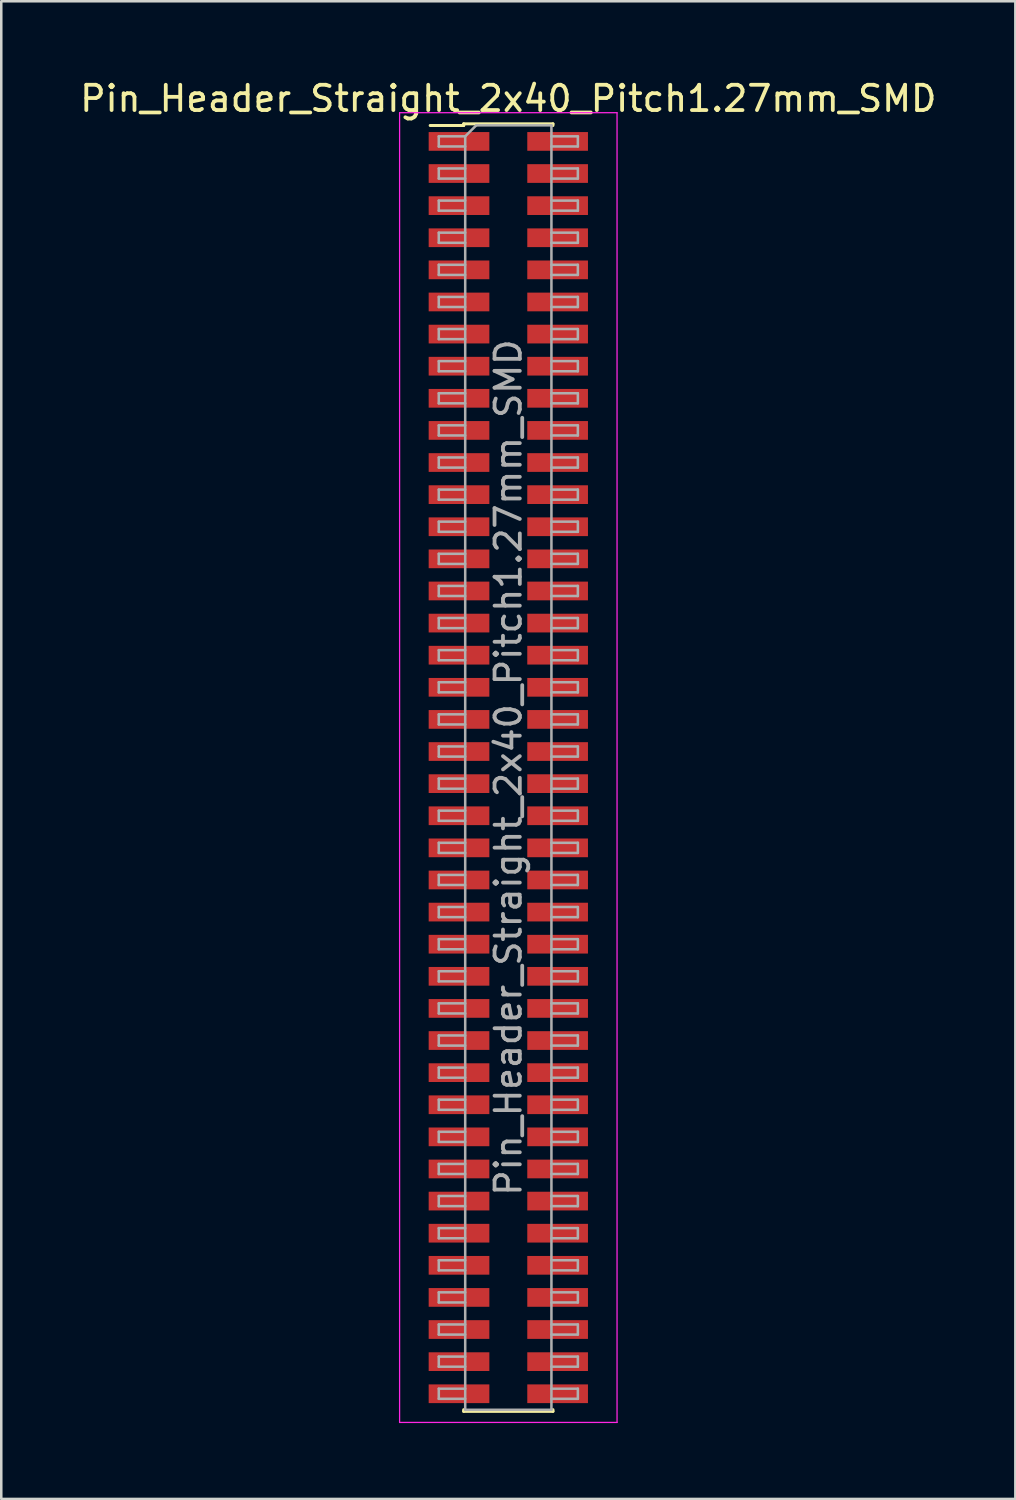
<source format=kicad_pcb>
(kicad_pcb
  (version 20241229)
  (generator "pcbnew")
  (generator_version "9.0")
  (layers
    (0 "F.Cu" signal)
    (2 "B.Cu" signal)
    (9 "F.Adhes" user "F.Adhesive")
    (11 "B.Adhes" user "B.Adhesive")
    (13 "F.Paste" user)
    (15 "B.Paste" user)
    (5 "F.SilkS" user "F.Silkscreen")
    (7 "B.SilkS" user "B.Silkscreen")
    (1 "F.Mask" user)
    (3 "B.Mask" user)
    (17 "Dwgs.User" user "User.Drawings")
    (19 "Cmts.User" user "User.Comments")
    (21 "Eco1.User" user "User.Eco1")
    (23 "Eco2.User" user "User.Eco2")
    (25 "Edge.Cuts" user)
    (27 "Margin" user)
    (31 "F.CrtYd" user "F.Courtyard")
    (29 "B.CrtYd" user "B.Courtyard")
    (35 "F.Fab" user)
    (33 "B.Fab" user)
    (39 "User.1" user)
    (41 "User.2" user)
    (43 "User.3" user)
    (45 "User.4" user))
  (footprint "Pin_Header_Straight_2x40_Pitch1.27mm_SMD"
    (layer "F.Cu")
    (at 17.054 27.308)
    (property "Reference" "Pin_Header_Straight_2x40_Pitch1.27mm_SMD" (at 0 -26.46 0) (layer "F.SilkS") (effects (font (size 1 1) (thickness 0.15))))
    (attr smd)
    (fp_line (start -3.09 -25.395) (end -1.765 -25.395) (stroke (width 0.12) (type solid)) (layer "F.SilkS"))
    (fp_line (start -1.765 -25.46) (end -1.765 -25.395) (stroke (width 0.12) (type solid)) (layer "F.SilkS"))
    (fp_line (start -1.765 -25.46) (end 1.765 -25.46) (stroke (width 0.12) (type solid)) (layer "F.SilkS"))
    (fp_line (start -1.765 25.395) (end -1.765 25.46) (stroke (width 0.12) (type solid)) (layer "F.SilkS"))
    (fp_line (start -1.765 25.46) (end 1.765 25.46) (stroke (width 0.12) (type solid)) (layer "F.SilkS"))
    (fp_line (start 1.765 -25.46) (end 1.765 -25.395) (stroke (width 0.12) (type solid)) (layer "F.SilkS"))
    (fp_line (start 1.765 25.395) (end 1.765 25.46) (stroke (width 0.12) (type solid)) (layer "F.SilkS"))
    (fp_line (start -4.3 -25.9) (end -4.3 25.9) (stroke (width 0.05) (type solid)) (layer "F.CrtYd"))
    (fp_line (start -4.3 25.9) (end 4.3 25.9) (stroke (width 0.05) (type solid)) (layer "F.CrtYd"))
    (fp_line (start 4.3 -25.9) (end -4.3 -25.9) (stroke (width 0.05) (type solid)) (layer "F.CrtYd"))
    (fp_line (start 4.3 25.9) (end 4.3 -25.9) (stroke (width 0.05) (type solid)) (layer "F.CrtYd"))
    (fp_line (start -2.75 -24.965) (end -2.75 -24.565) (stroke (width 0.1) (type solid)) (layer "F.Fab"))
    (fp_line (start -2.75 -24.565) (end -1.705 -24.565) (stroke (width 0.1) (type solid)) (layer "F.Fab"))
    (fp_line (start -2.75 -23.695) (end -2.75 -23.295) (stroke (width 0.1) (type solid)) (layer "F.Fab"))
    (fp_line (start -2.75 -23.295) (end -1.705 -23.295) (stroke (width 0.1) (type solid)) (layer "F.Fab"))
    (fp_line (start -2.75 -22.425) (end -2.75 -22.025) (stroke (width 0.1) (type solid)) (layer "F.Fab"))
    (fp_line (start -2.75 -22.025) (end -1.705 -22.025) (stroke (width 0.1) (type solid)) (layer "F.Fab"))
    (fp_line (start -2.75 -21.155) (end -2.75 -20.755) (stroke (width 0.1) (type solid)) (layer "F.Fab"))
    (fp_line (start -2.75 -20.755) (end -1.705 -20.755) (stroke (width 0.1) (type solid)) (layer "F.Fab"))
    (fp_line (start -2.75 -19.885) (end -2.75 -19.485) (stroke (width 0.1) (type solid)) (layer "F.Fab"))
    (fp_line (start -2.75 -19.485) (end -1.705 -19.485) (stroke (width 0.1) (type solid)) (layer "F.Fab"))
    (fp_line (start -2.75 -18.615) (end -2.75 -18.215) (stroke (width 0.1) (type solid)) (layer "F.Fab"))
    (fp_line (start -2.75 -18.215) (end -1.705 -18.215) (stroke (width 0.1) (type solid)) (layer "F.Fab"))
    (fp_line (start -2.75 -17.345) (end -2.75 -16.945) (stroke (width 0.1) (type solid)) (layer "F.Fab"))
    (fp_line (start -2.75 -16.945) (end -1.705 -16.945) (stroke (width 0.1) (type solid)) (layer "F.Fab"))
    (fp_line (start -2.75 -16.075) (end -2.75 -15.675) (stroke (width 0.1) (type solid)) (layer "F.Fab"))
    (fp_line (start -2.75 -15.675) (end -1.705 -15.675) (stroke (width 0.1) (type solid)) (layer "F.Fab"))
    (fp_line (start -2.75 -14.805) (end -2.75 -14.405) (stroke (width 0.1) (type solid)) (layer "F.Fab"))
    (fp_line (start -2.75 -14.405) (end -1.705 -14.405) (stroke (width 0.1) (type solid)) (layer "F.Fab"))
    (fp_line (start -2.75 -13.535) (end -2.75 -13.135) (stroke (width 0.1) (type solid)) (layer "F.Fab"))
    (fp_line (start -2.75 -13.135) (end -1.705 -13.135) (stroke (width 0.1) (type solid)) (layer "F.Fab"))
    (fp_line (start -2.75 -12.265) (end -2.75 -11.865) (stroke (width 0.1) (type solid)) (layer "F.Fab"))
    (fp_line (start -2.75 -11.865) (end -1.705 -11.865) (stroke (width 0.1) (type solid)) (layer "F.Fab"))
    (fp_line (start -2.75 -10.995) (end -2.75 -10.595) (stroke (width 0.1) (type solid)) (layer "F.Fab"))
    (fp_line (start -2.75 -10.595) (end -1.705 -10.595) (stroke (width 0.1) (type solid)) (layer "F.Fab"))
    (fp_line (start -2.75 -9.725) (end -2.75 -9.325) (stroke (width 0.1) (type solid)) (layer "F.Fab"))
    (fp_line (start -2.75 -9.325) (end -1.705 -9.325) (stroke (width 0.1) (type solid)) (layer "F.Fab"))
    (fp_line (start -2.75 -8.455) (end -2.75 -8.055) (stroke (width 0.1) (type solid)) (layer "F.Fab"))
    (fp_line (start -2.75 -8.055) (end -1.705 -8.055) (stroke (width 0.1) (type solid)) (layer "F.Fab"))
    (fp_line (start -2.75 -7.185) (end -2.75 -6.785) (stroke (width 0.1) (type solid)) (layer "F.Fab"))
    (fp_line (start -2.75 -6.785) (end -1.705 -6.785) (stroke (width 0.1) (type solid)) (layer "F.Fab"))
    (fp_line (start -2.75 -5.915) (end -2.75 -5.515) (stroke (width 0.1) (type solid)) (layer "F.Fab"))
    (fp_line (start -2.75 -5.515) (end -1.705 -5.515) (stroke (width 0.1) (type solid)) (layer "F.Fab"))
    (fp_line (start -2.75 -4.645) (end -2.75 -4.245) (stroke (width 0.1) (type solid)) (layer "F.Fab"))
    (fp_line (start -2.75 -4.245) (end -1.705 -4.245) (stroke (width 0.1) (type solid)) (layer "F.Fab"))
    (fp_line (start -2.75 -3.375) (end -2.75 -2.975) (stroke (width 0.1) (type solid)) (layer "F.Fab"))
    (fp_line (start -2.75 -2.975) (end -1.705 -2.975) (stroke (width 0.1) (type solid)) (layer "F.Fab"))
    (fp_line (start -2.75 -2.105) (end -2.75 -1.705) (stroke (width 0.1) (type solid)) (layer "F.Fab"))
    (fp_line (start -2.75 -1.705) (end -1.705 -1.705) (stroke (width 0.1) (type solid)) (layer "F.Fab"))
    (fp_line (start -2.75 -0.835) (end -2.75 -0.435) (stroke (width 0.1) (type solid)) (layer "F.Fab"))
    (fp_line (start -2.75 -0.435) (end -1.705 -0.435) (stroke (width 0.1) (type solid)) (layer "F.Fab"))
    (fp_line (start -2.75 0.435) (end -2.75 0.835) (stroke (width 0.1) (type solid)) (layer "F.Fab"))
    (fp_line (start -2.75 0.835) (end -1.705 0.835) (stroke (width 0.1) (type solid)) (layer "F.Fab"))
    (fp_line (start -2.75 1.705) (end -2.75 2.105) (stroke (width 0.1) (type solid)) (layer "F.Fab"))
    (fp_line (start -2.75 2.105) (end -1.705 2.105) (stroke (width 0.1) (type solid)) (layer "F.Fab"))
    (fp_line (start -2.75 2.975) (end -2.75 3.375) (stroke (width 0.1) (type solid)) (layer "F.Fab"))
    (fp_line (start -2.75 3.375) (end -1.705 3.375) (stroke (width 0.1) (type solid)) (layer "F.Fab"))
    (fp_line (start -2.75 4.245) (end -2.75 4.645) (stroke (width 0.1) (type solid)) (layer "F.Fab"))
    (fp_line (start -2.75 4.645) (end -1.705 4.645) (stroke (width 0.1) (type solid)) (layer "F.Fab"))
    (fp_line (start -2.75 5.515) (end -2.75 5.915) (stroke (width 0.1) (type solid)) (layer "F.Fab"))
    (fp_line (start -2.75 5.915) (end -1.705 5.915) (stroke (width 0.1) (type solid)) (layer "F.Fab"))
    (fp_line (start -2.75 6.785) (end -2.75 7.185) (stroke (width 0.1) (type solid)) (layer "F.Fab"))
    (fp_line (start -2.75 7.185) (end -1.705 7.185) (stroke (width 0.1) (type solid)) (layer "F.Fab"))
    (fp_line (start -2.75 8.055) (end -2.75 8.455) (stroke (width 0.1) (type solid)) (layer "F.Fab"))
    (fp_line (start -2.75 8.455) (end -1.705 8.455) (stroke (width 0.1) (type solid)) (layer "F.Fab"))
    (fp_line (start -2.75 9.325) (end -2.75 9.725) (stroke (width 0.1) (type solid)) (layer "F.Fab"))
    (fp_line (start -2.75 9.725) (end -1.705 9.725) (stroke (width 0.1) (type solid)) (layer "F.Fab"))
    (fp_line (start -2.75 10.595) (end -2.75 10.995) (stroke (width 0.1) (type solid)) (layer "F.Fab"))
    (fp_line (start -2.75 10.995) (end -1.705 10.995) (stroke (width 0.1) (type solid)) (layer "F.Fab"))
    (fp_line (start -2.75 11.865) (end -2.75 12.265) (stroke (width 0.1) (type solid)) (layer "F.Fab"))
    (fp_line (start -2.75 12.265) (end -1.705 12.265) (stroke (width 0.1) (type solid)) (layer "F.Fab"))
    (fp_line (start -2.75 13.135) (end -2.75 13.535) (stroke (width 0.1) (type solid)) (layer "F.Fab"))
    (fp_line (start -2.75 13.535) (end -1.705 13.535) (stroke (width 0.1) (type solid)) (layer "F.Fab"))
    (fp_line (start -2.75 14.405) (end -2.75 14.805) (stroke (width 0.1) (type solid)) (layer "F.Fab"))
    (fp_line (start -2.75 14.805) (end -1.705 14.805) (stroke (width 0.1) (type solid)) (layer "F.Fab"))
    (fp_line (start -2.75 15.675) (end -2.75 16.075) (stroke (width 0.1) (type solid)) (layer "F.Fab"))
    (fp_line (start -2.75 16.075) (end -1.705 16.075) (stroke (width 0.1) (type solid)) (layer "F.Fab"))
    (fp_line (start -2.75 16.945) (end -2.75 17.345) (stroke (width 0.1) (type solid)) (layer "F.Fab"))
    (fp_line (start -2.75 17.345) (end -1.705 17.345) (stroke (width 0.1) (type solid)) (layer "F.Fab"))
    (fp_line (start -2.75 18.215) (end -2.75 18.615) (stroke (width 0.1) (type solid)) (layer "F.Fab"))
    (fp_line (start -2.75 18.615) (end -1.705 18.615) (stroke (width 0.1) (type solid)) (layer "F.Fab"))
    (fp_line (start -2.75 19.485) (end -2.75 19.885) (stroke (width 0.1) (type solid)) (layer "F.Fab"))
    (fp_line (start -2.75 19.885) (end -1.705 19.885) (stroke (width 0.1) (type solid)) (layer "F.Fab"))
    (fp_line (start -2.75 20.755) (end -2.75 21.155) (stroke (width 0.1) (type solid)) (layer "F.Fab"))
    (fp_line (start -2.75 21.155) (end -1.705 21.155) (stroke (width 0.1) (type solid)) (layer "F.Fab"))
    (fp_line (start -2.75 22.025) (end -2.75 22.425) (stroke (width 0.1) (type solid)) (layer "F.Fab"))
    (fp_line (start -2.75 22.425) (end -1.705 22.425) (stroke (width 0.1) (type solid)) (layer "F.Fab"))
    (fp_line (start -2.75 23.295) (end -2.75 23.695) (stroke (width 0.1) (type solid)) (layer "F.Fab"))
    (fp_line (start -2.75 23.695) (end -1.705 23.695) (stroke (width 0.1) (type solid)) (layer "F.Fab"))
    (fp_line (start -2.75 24.565) (end -2.75 24.965) (stroke (width 0.1) (type solid)) (layer "F.Fab"))
    (fp_line (start -2.75 24.965) (end -1.705 24.965) (stroke (width 0.1) (type solid)) (layer "F.Fab"))
    (fp_line (start -1.705 -24.965) (end -2.75 -24.965) (stroke (width 0.1) (type solid)) (layer "F.Fab"))
    (fp_line (start -1.705 -24.965) (end -1.27 -25.4) (stroke (width 0.1) (type solid)) (layer "F.Fab"))
    (fp_line (start -1.705 -23.695) (end -2.75 -23.695) (stroke (width 0.1) (type solid)) (layer "F.Fab"))
    (fp_line (start -1.705 -22.425) (end -2.75 -22.425) (stroke (width 0.1) (type solid)) (layer "F.Fab"))
    (fp_line (start -1.705 -21.155) (end -2.75 -21.155) (stroke (width 0.1) (type solid)) (layer "F.Fab"))
    (fp_line (start -1.705 -19.885) (end -2.75 -19.885) (stroke (width 0.1) (type solid)) (layer "F.Fab"))
    (fp_line (start -1.705 -18.615) (end -2.75 -18.615) (stroke (width 0.1) (type solid)) (layer "F.Fab"))
    (fp_line (start -1.705 -17.345) (end -2.75 -17.345) (stroke (width 0.1) (type solid)) (layer "F.Fab"))
    (fp_line (start -1.705 -16.075) (end -2.75 -16.075) (stroke (width 0.1) (type solid)) (layer "F.Fab"))
    (fp_line (start -1.705 -14.805) (end -2.75 -14.805) (stroke (width 0.1) (type solid)) (layer "F.Fab"))
    (fp_line (start -1.705 -13.535) (end -2.75 -13.535) (stroke (width 0.1) (type solid)) (layer "F.Fab"))
    (fp_line (start -1.705 -12.265) (end -2.75 -12.265) (stroke (width 0.1) (type solid)) (layer "F.Fab"))
    (fp_line (start -1.705 -10.995) (end -2.75 -10.995) (stroke (width 0.1) (type solid)) (layer "F.Fab"))
    (fp_line (start -1.705 -9.725) (end -2.75 -9.725) (stroke (width 0.1) (type solid)) (layer "F.Fab"))
    (fp_line (start -1.705 -8.455) (end -2.75 -8.455) (stroke (width 0.1) (type solid)) (layer "F.Fab"))
    (fp_line (start -1.705 -7.185) (end -2.75 -7.185) (stroke (width 0.1) (type solid)) (layer "F.Fab"))
    (fp_line (start -1.705 -5.915) (end -2.75 -5.915) (stroke (width 0.1) (type solid)) (layer "F.Fab"))
    (fp_line (start -1.705 -4.645) (end -2.75 -4.645) (stroke (width 0.1) (type solid)) (layer "F.Fab"))
    (fp_line (start -1.705 -3.375) (end -2.75 -3.375) (stroke (width 0.1) (type solid)) (layer "F.Fab"))
    (fp_line (start -1.705 -2.105) (end -2.75 -2.105) (stroke (width 0.1) (type solid)) (layer "F.Fab"))
    (fp_line (start -1.705 -0.835) (end -2.75 -0.835) (stroke (width 0.1) (type solid)) (layer "F.Fab"))
    (fp_line (start -1.705 0.435) (end -2.75 0.435) (stroke (width 0.1) (type solid)) (layer "F.Fab"))
    (fp_line (start -1.705 1.705) (end -2.75 1.705) (stroke (width 0.1) (type solid)) (layer "F.Fab"))
    (fp_line (start -1.705 2.975) (end -2.75 2.975) (stroke (width 0.1) (type solid)) (layer "F.Fab"))
    (fp_line (start -1.705 4.245) (end -2.75 4.245) (stroke (width 0.1) (type solid)) (layer "F.Fab"))
    (fp_line (start -1.705 5.515) (end -2.75 5.515) (stroke (width 0.1) (type solid)) (layer "F.Fab"))
    (fp_line (start -1.705 6.785) (end -2.75 6.785) (stroke (width 0.1) (type solid)) (layer "F.Fab"))
    (fp_line (start -1.705 8.055) (end -2.75 8.055) (stroke (width 0.1) (type solid)) (layer "F.Fab"))
    (fp_line (start -1.705 9.325) (end -2.75 9.325) (stroke (width 0.1) (type solid)) (layer "F.Fab"))
    (fp_line (start -1.705 10.595) (end -2.75 10.595) (stroke (width 0.1) (type solid)) (layer "F.Fab"))
    (fp_line (start -1.705 11.865) (end -2.75 11.865) (stroke (width 0.1) (type solid)) (layer "F.Fab"))
    (fp_line (start -1.705 13.135) (end -2.75 13.135) (stroke (width 0.1) (type solid)) (layer "F.Fab"))
    (fp_line (start -1.705 14.405) (end -2.75 14.405) (stroke (width 0.1) (type solid)) (layer "F.Fab"))
    (fp_line (start -1.705 15.675) (end -2.75 15.675) (stroke (width 0.1) (type solid)) (layer "F.Fab"))
    (fp_line (start -1.705 16.945) (end -2.75 16.945) (stroke (width 0.1) (type solid)) (layer "F.Fab"))
    (fp_line (start -1.705 18.215) (end -2.75 18.215) (stroke (width 0.1) (type solid)) (layer "F.Fab"))
    (fp_line (start -1.705 19.485) (end -2.75 19.485) (stroke (width 0.1) (type solid)) (layer "F.Fab"))
    (fp_line (start -1.705 20.755) (end -2.75 20.755) (stroke (width 0.1) (type solid)) (layer "F.Fab"))
    (fp_line (start -1.705 22.025) (end -2.75 22.025) (stroke (width 0.1) (type solid)) (layer "F.Fab"))
    (fp_line (start -1.705 23.295) (end -2.75 23.295) (stroke (width 0.1) (type solid)) (layer "F.Fab"))
    (fp_line (start -1.705 24.565) (end -2.75 24.565) (stroke (width 0.1) (type solid)) (layer "F.Fab"))
    (fp_line (start -1.705 25.4) (end -1.705 -24.965) (stroke (width 0.1) (type solid)) (layer "F.Fab"))
    (fp_line (start -1.27 -25.4) (end 1.705 -25.4) (stroke (width 0.1) (type solid)) (layer "F.Fab"))
    (fp_line (start 1.705 -25.4) (end 1.705 25.4) (stroke (width 0.1) (type solid)) (layer "F.Fab"))
    (fp_line (start 1.705 -24.965) (end 2.75 -24.965) (stroke (width 0.1) (type solid)) (layer "F.Fab"))
    (fp_line (start 1.705 -23.695) (end 2.75 -23.695) (stroke (width 0.1) (type solid)) (layer "F.Fab"))
    (fp_line (start 1.705 -22.425) (end 2.75 -22.425) (stroke (width 0.1) (type solid)) (layer "F.Fab"))
    (fp_line (start 1.705 -21.155) (end 2.75 -21.155) (stroke (width 0.1) (type solid)) (layer "F.Fab"))
    (fp_line (start 1.705 -19.885) (end 2.75 -19.885) (stroke (width 0.1) (type solid)) (layer "F.Fab"))
    (fp_line (start 1.705 -18.615) (end 2.75 -18.615) (stroke (width 0.1) (type solid)) (layer "F.Fab"))
    (fp_line (start 1.705 -17.345) (end 2.75 -17.345) (stroke (width 0.1) (type solid)) (layer "F.Fab"))
    (fp_line (start 1.705 -16.075) (end 2.75 -16.075) (stroke (width 0.1) (type solid)) (layer "F.Fab"))
    (fp_line (start 1.705 -14.805) (end 2.75 -14.805) (stroke (width 0.1) (type solid)) (layer "F.Fab"))
    (fp_line (start 1.705 -13.535) (end 2.75 -13.535) (stroke (width 0.1) (type solid)) (layer "F.Fab"))
    (fp_line (start 1.705 -12.265) (end 2.75 -12.265) (stroke (width 0.1) (type solid)) (layer "F.Fab"))
    (fp_line (start 1.705 -10.995) (end 2.75 -10.995) (stroke (width 0.1) (type solid)) (layer "F.Fab"))
    (fp_line (start 1.705 -9.725) (end 2.75 -9.725) (stroke (width 0.1) (type solid)) (layer "F.Fab"))
    (fp_line (start 1.705 -8.455) (end 2.75 -8.455) (stroke (width 0.1) (type solid)) (layer "F.Fab"))
    (fp_line (start 1.705 -7.185) (end 2.75 -7.185) (stroke (width 0.1) (type solid)) (layer "F.Fab"))
    (fp_line (start 1.705 -5.915) (end 2.75 -5.915) (stroke (width 0.1) (type solid)) (layer "F.Fab"))
    (fp_line (start 1.705 -4.645) (end 2.75 -4.645) (stroke (width 0.1) (type solid)) (layer "F.Fab"))
    (fp_line (start 1.705 -3.375) (end 2.75 -3.375) (stroke (width 0.1) (type solid)) (layer "F.Fab"))
    (fp_line (start 1.705 -2.105) (end 2.75 -2.105) (stroke (width 0.1) (type solid)) (layer "F.Fab"))
    (fp_line (start 1.705 -0.835) (end 2.75 -0.835) (stroke (width 0.1) (type solid)) (layer "F.Fab"))
    (fp_line (start 1.705 0.435) (end 2.75 0.435) (stroke (width 0.1) (type solid)) (layer "F.Fab"))
    (fp_line (start 1.705 1.705) (end 2.75 1.705) (stroke (width 0.1) (type solid)) (layer "F.Fab"))
    (fp_line (start 1.705 2.975) (end 2.75 2.975) (stroke (width 0.1) (type solid)) (layer "F.Fab"))
    (fp_line (start 1.705 4.245) (end 2.75 4.245) (stroke (width 0.1) (type solid)) (layer "F.Fab"))
    (fp_line (start 1.705 5.515) (end 2.75 5.515) (stroke (width 0.1) (type solid)) (layer "F.Fab"))
    (fp_line (start 1.705 6.785) (end 2.75 6.785) (stroke (width 0.1) (type solid)) (layer "F.Fab"))
    (fp_line (start 1.705 8.055) (end 2.75 8.055) (stroke (width 0.1) (type solid)) (layer "F.Fab"))
    (fp_line (start 1.705 9.325) (end 2.75 9.325) (stroke (width 0.1) (type solid)) (layer "F.Fab"))
    (fp_line (start 1.705 10.595) (end 2.75 10.595) (stroke (width 0.1) (type solid)) (layer "F.Fab"))
    (fp_line (start 1.705 11.865) (end 2.75 11.865) (stroke (width 0.1) (type solid)) (layer "F.Fab"))
    (fp_line (start 1.705 13.135) (end 2.75 13.135) (stroke (width 0.1) (type solid)) (layer "F.Fab"))
    (fp_line (start 1.705 14.405) (end 2.75 14.405) (stroke (width 0.1) (type solid)) (layer "F.Fab"))
    (fp_line (start 1.705 15.675) (end 2.75 15.675) (stroke (width 0.1) (type solid)) (layer "F.Fab"))
    (fp_line (start 1.705 16.945) (end 2.75 16.945) (stroke (width 0.1) (type solid)) (layer "F.Fab"))
    (fp_line (start 1.705 18.215) (end 2.75 18.215) (stroke (width 0.1) (type solid)) (layer "F.Fab"))
    (fp_line (start 1.705 19.485) (end 2.75 19.485) (stroke (width 0.1) (type solid)) (layer "F.Fab"))
    (fp_line (start 1.705 20.755) (end 2.75 20.755) (stroke (width 0.1) (type solid)) (layer "F.Fab"))
    (fp_line (start 1.705 22.025) (end 2.75 22.025) (stroke (width 0.1) (type solid)) (layer "F.Fab"))
    (fp_line (start 1.705 23.295) (end 2.75 23.295) (stroke (width 0.1) (type solid)) (layer "F.Fab"))
    (fp_line (start 1.705 24.565) (end 2.75 24.565) (stroke (width 0.1) (type solid)) (layer "F.Fab"))
    (fp_line (start 1.705 25.4) (end -1.705 25.4) (stroke (width 0.1) (type solid)) (layer "F.Fab"))
    (fp_line (start 2.75 -24.965) (end 2.75 -24.565) (stroke (width 0.1) (type solid)) (layer "F.Fab"))
    (fp_line (start 2.75 -24.565) (end 1.705 -24.565) (stroke (width 0.1) (type solid)) (layer "F.Fab"))
    (fp_line (start 2.75 -23.695) (end 2.75 -23.295) (stroke (width 0.1) (type solid)) (layer "F.Fab"))
    (fp_line (start 2.75 -23.295) (end 1.705 -23.295) (stroke (width 0.1) (type solid)) (layer "F.Fab"))
    (fp_line (start 2.75 -22.425) (end 2.75 -22.025) (stroke (width 0.1) (type solid)) (layer "F.Fab"))
    (fp_line (start 2.75 -22.025) (end 1.705 -22.025) (stroke (width 0.1) (type solid)) (layer "F.Fab"))
    (fp_line (start 2.75 -21.155) (end 2.75 -20.755) (stroke (width 0.1) (type solid)) (layer "F.Fab"))
    (fp_line (start 2.75 -20.755) (end 1.705 -20.755) (stroke (width 0.1) (type solid)) (layer "F.Fab"))
    (fp_line (start 2.75 -19.885) (end 2.75 -19.485) (stroke (width 0.1) (type solid)) (layer "F.Fab"))
    (fp_line (start 2.75 -19.485) (end 1.705 -19.485) (stroke (width 0.1) (type solid)) (layer "F.Fab"))
    (fp_line (start 2.75 -18.615) (end 2.75 -18.215) (stroke (width 0.1) (type solid)) (layer "F.Fab"))
    (fp_line (start 2.75 -18.215) (end 1.705 -18.215) (stroke (width 0.1) (type solid)) (layer "F.Fab"))
    (fp_line (start 2.75 -17.345) (end 2.75 -16.945) (stroke (width 0.1) (type solid)) (layer "F.Fab"))
    (fp_line (start 2.75 -16.945) (end 1.705 -16.945) (stroke (width 0.1) (type solid)) (layer "F.Fab"))
    (fp_line (start 2.75 -16.075) (end 2.75 -15.675) (stroke (width 0.1) (type solid)) (layer "F.Fab"))
    (fp_line (start 2.75 -15.675) (end 1.705 -15.675) (stroke (width 0.1) (type solid)) (layer "F.Fab"))
    (fp_line (start 2.75 -14.805) (end 2.75 -14.405) (stroke (width 0.1) (type solid)) (layer "F.Fab"))
    (fp_line (start 2.75 -14.405) (end 1.705 -14.405) (stroke (width 0.1) (type solid)) (layer "F.Fab"))
    (fp_line (start 2.75 -13.535) (end 2.75 -13.135) (stroke (width 0.1) (type solid)) (layer "F.Fab"))
    (fp_line (start 2.75 -13.135) (end 1.705 -13.135) (stroke (width 0.1) (type solid)) (layer "F.Fab"))
    (fp_line (start 2.75 -12.265) (end 2.75 -11.865) (stroke (width 0.1) (type solid)) (layer "F.Fab"))
    (fp_line (start 2.75 -11.865) (end 1.705 -11.865) (stroke (width 0.1) (type solid)) (layer "F.Fab"))
    (fp_line (start 2.75 -10.995) (end 2.75 -10.595) (stroke (width 0.1) (type solid)) (layer "F.Fab"))
    (fp_line (start 2.75 -10.595) (end 1.705 -10.595) (stroke (width 0.1) (type solid)) (layer "F.Fab"))
    (fp_line (start 2.75 -9.725) (end 2.75 -9.325) (stroke (width 0.1) (type solid)) (layer "F.Fab"))
    (fp_line (start 2.75 -9.325) (end 1.705 -9.325) (stroke (width 0.1) (type solid)) (layer "F.Fab"))
    (fp_line (start 2.75 -8.455) (end 2.75 -8.055) (stroke (width 0.1) (type solid)) (layer "F.Fab"))
    (fp_line (start 2.75 -8.055) (end 1.705 -8.055) (stroke (width 0.1) (type solid)) (layer "F.Fab"))
    (fp_line (start 2.75 -7.185) (end 2.75 -6.785) (stroke (width 0.1) (type solid)) (layer "F.Fab"))
    (fp_line (start 2.75 -6.785) (end 1.705 -6.785) (stroke (width 0.1) (type solid)) (layer "F.Fab"))
    (fp_line (start 2.75 -5.915) (end 2.75 -5.515) (stroke (width 0.1) (type solid)) (layer "F.Fab"))
    (fp_line (start 2.75 -5.515) (end 1.705 -5.515) (stroke (width 0.1) (type solid)) (layer "F.Fab"))
    (fp_line (start 2.75 -4.645) (end 2.75 -4.245) (stroke (width 0.1) (type solid)) (layer "F.Fab"))
    (fp_line (start 2.75 -4.245) (end 1.705 -4.245) (stroke (width 0.1) (type solid)) (layer "F.Fab"))
    (fp_line (start 2.75 -3.375) (end 2.75 -2.975) (stroke (width 0.1) (type solid)) (layer "F.Fab"))
    (fp_line (start 2.75 -2.975) (end 1.705 -2.975) (stroke (width 0.1) (type solid)) (layer "F.Fab"))
    (fp_line (start 2.75 -2.105) (end 2.75 -1.705) (stroke (width 0.1) (type solid)) (layer "F.Fab"))
    (fp_line (start 2.75 -1.705) (end 1.705 -1.705) (stroke (width 0.1) (type solid)) (layer "F.Fab"))
    (fp_line (start 2.75 -0.835) (end 2.75 -0.435) (stroke (width 0.1) (type solid)) (layer "F.Fab"))
    (fp_line (start 2.75 -0.435) (end 1.705 -0.435) (stroke (width 0.1) (type solid)) (layer "F.Fab"))
    (fp_line (start 2.75 0.435) (end 2.75 0.835) (stroke (width 0.1) (type solid)) (layer "F.Fab"))
    (fp_line (start 2.75 0.835) (end 1.705 0.835) (stroke (width 0.1) (type solid)) (layer "F.Fab"))
    (fp_line (start 2.75 1.705) (end 2.75 2.105) (stroke (width 0.1) (type solid)) (layer "F.Fab"))
    (fp_line (start 2.75 2.105) (end 1.705 2.105) (stroke (width 0.1) (type solid)) (layer "F.Fab"))
    (fp_line (start 2.75 2.975) (end 2.75 3.375) (stroke (width 0.1) (type solid)) (layer "F.Fab"))
    (fp_line (start 2.75 3.375) (end 1.705 3.375) (stroke (width 0.1) (type solid)) (layer "F.Fab"))
    (fp_line (start 2.75 4.245) (end 2.75 4.645) (stroke (width 0.1) (type solid)) (layer "F.Fab"))
    (fp_line (start 2.75 4.645) (end 1.705 4.645) (stroke (width 0.1) (type solid)) (layer "F.Fab"))
    (fp_line (start 2.75 5.515) (end 2.75 5.915) (stroke (width 0.1) (type solid)) (layer "F.Fab"))
    (fp_line (start 2.75 5.915) (end 1.705 5.915) (stroke (width 0.1) (type solid)) (layer "F.Fab"))
    (fp_line (start 2.75 6.785) (end 2.75 7.185) (stroke (width 0.1) (type solid)) (layer "F.Fab"))
    (fp_line (start 2.75 7.185) (end 1.705 7.185) (stroke (width 0.1) (type solid)) (layer "F.Fab"))
    (fp_line (start 2.75 8.055) (end 2.75 8.455) (stroke (width 0.1) (type solid)) (layer "F.Fab"))
    (fp_line (start 2.75 8.455) (end 1.705 8.455) (stroke (width 0.1) (type solid)) (layer "F.Fab"))
    (fp_line (start 2.75 9.325) (end 2.75 9.725) (stroke (width 0.1) (type solid)) (layer "F.Fab"))
    (fp_line (start 2.75 9.725) (end 1.705 9.725) (stroke (width 0.1) (type solid)) (layer "F.Fab"))
    (fp_line (start 2.75 10.595) (end 2.75 10.995) (stroke (width 0.1) (type solid)) (layer "F.Fab"))
    (fp_line (start 2.75 10.995) (end 1.705 10.995) (stroke (width 0.1) (type solid)) (layer "F.Fab"))
    (fp_line (start 2.75 11.865) (end 2.75 12.265) (stroke (width 0.1) (type solid)) (layer "F.Fab"))
    (fp_line (start 2.75 12.265) (end 1.705 12.265) (stroke (width 0.1) (type solid)) (layer "F.Fab"))
    (fp_line (start 2.75 13.135) (end 2.75 13.535) (stroke (width 0.1) (type solid)) (layer "F.Fab"))
    (fp_line (start 2.75 13.535) (end 1.705 13.535) (stroke (width 0.1) (type solid)) (layer "F.Fab"))
    (fp_line (start 2.75 14.405) (end 2.75 14.805) (stroke (width 0.1) (type solid)) (layer "F.Fab"))
    (fp_line (start 2.75 14.805) (end 1.705 14.805) (stroke (width 0.1) (type solid)) (layer "F.Fab"))
    (fp_line (start 2.75 15.675) (end 2.75 16.075) (stroke (width 0.1) (type solid)) (layer "F.Fab"))
    (fp_line (start 2.75 16.075) (end 1.705 16.075) (stroke (width 0.1) (type solid)) (layer "F.Fab"))
    (fp_line (start 2.75 16.945) (end 2.75 17.345) (stroke (width 0.1) (type solid)) (layer "F.Fab"))
    (fp_line (start 2.75 17.345) (end 1.705 17.345) (stroke (width 0.1) (type solid)) (layer "F.Fab"))
    (fp_line (start 2.75 18.215) (end 2.75 18.615) (stroke (width 0.1) (type solid)) (layer "F.Fab"))
    (fp_line (start 2.75 18.615) (end 1.705 18.615) (stroke (width 0.1) (type solid)) (layer "F.Fab"))
    (fp_line (start 2.75 19.485) (end 2.75 19.885) (stroke (width 0.1) (type solid)) (layer "F.Fab"))
    (fp_line (start 2.75 19.885) (end 1.705 19.885) (stroke (width 0.1) (type solid)) (layer "F.Fab"))
    (fp_line (start 2.75 20.755) (end 2.75 21.155) (stroke (width 0.1) (type solid)) (layer "F.Fab"))
    (fp_line (start 2.75 21.155) (end 1.705 21.155) (stroke (width 0.1) (type solid)) (layer "F.Fab"))
    (fp_line (start 2.75 22.025) (end 2.75 22.425) (stroke (width 0.1) (type solid)) (layer "F.Fab"))
    (fp_line (start 2.75 22.425) (end 1.705 22.425) (stroke (width 0.1) (type solid)) (layer "F.Fab"))
    (fp_line (start 2.75 23.295) (end 2.75 23.695) (stroke (width 0.1) (type solid)) (layer "F.Fab"))
    (fp_line (start 2.75 23.695) (end 1.705 23.695) (stroke (width 0.1) (type solid)) (layer "F.Fab"))
    (fp_line (start 2.75 24.565) (end 2.75 24.965) (stroke (width 0.1) (type solid)) (layer "F.Fab"))
    (fp_line (start 2.75 24.965) (end 1.705 24.965) (stroke (width 0.1) (type solid)) (layer "F.Fab"))
    (fp_text user "${REFERENCE}" (at 0 0 90) (layer "F.Fab") (effects (font (size 1 1) (thickness 0.15))))
    (pad "1" smd rect (at -1.95 -24.765) (size 2.4 0.74) (layers "F.Cu" "F.Mask" "F.Paste"))
    (pad "2" smd rect (at 1.95 -24.765) (size 2.4 0.74) (layers "F.Cu" "F.Mask" "F.Paste"))
    (pad "3" smd rect (at -1.95 -23.495) (size 2.4 0.74) (layers "F.Cu" "F.Mask" "F.Paste"))
    (pad "4" smd rect (at 1.95 -23.495) (size 2.4 0.74) (layers "F.Cu" "F.Mask" "F.Paste"))
    (pad "5" smd rect (at -1.95 -22.225) (size 2.4 0.74) (layers "F.Cu" "F.Mask" "F.Paste"))
    (pad "6" smd rect (at 1.95 -22.225) (size 2.4 0.74) (layers "F.Cu" "F.Mask" "F.Paste"))
    (pad "7" smd rect (at -1.95 -20.955) (size 2.4 0.74) (layers "F.Cu" "F.Mask" "F.Paste"))
    (pad "8" smd rect (at 1.95 -20.955) (size 2.4 0.74) (layers "F.Cu" "F.Mask" "F.Paste"))
    (pad "9" smd rect (at -1.95 -19.685) (size 2.4 0.74) (layers "F.Cu" "F.Mask" "F.Paste"))
    (pad "10" smd rect (at 1.95 -19.685) (size 2.4 0.74) (layers "F.Cu" "F.Mask" "F.Paste"))
    (pad "11" smd rect (at -1.95 -18.415) (size 2.4 0.74) (layers "F.Cu" "F.Mask" "F.Paste"))
    (pad "12" smd rect (at 1.95 -18.415) (size 2.4 0.74) (layers "F.Cu" "F.Mask" "F.Paste"))
    (pad "13" smd rect (at -1.95 -17.145) (size 2.4 0.74) (layers "F.Cu" "F.Mask" "F.Paste"))
    (pad "14" smd rect (at 1.95 -17.145) (size 2.4 0.74) (layers "F.Cu" "F.Mask" "F.Paste"))
    (pad "15" smd rect (at -1.95 -15.875) (size 2.4 0.74) (layers "F.Cu" "F.Mask" "F.Paste"))
    (pad "16" smd rect (at 1.95 -15.875) (size 2.4 0.74) (layers "F.Cu" "F.Mask" "F.Paste"))
    (pad "17" smd rect (at -1.95 -14.605) (size 2.4 0.74) (layers "F.Cu" "F.Mask" "F.Paste"))
    (pad "18" smd rect (at 1.95 -14.605) (size 2.4 0.74) (layers "F.Cu" "F.Mask" "F.Paste"))
    (pad "19" smd rect (at -1.95 -13.335) (size 2.4 0.74) (layers "F.Cu" "F.Mask" "F.Paste"))
    (pad "20" smd rect (at 1.95 -13.335) (size 2.4 0.74) (layers "F.Cu" "F.Mask" "F.Paste"))
    (pad "21" smd rect (at -1.95 -12.065) (size 2.4 0.74) (layers "F.Cu" "F.Mask" "F.Paste"))
    (pad "22" smd rect (at 1.95 -12.065) (size 2.4 0.74) (layers "F.Cu" "F.Mask" "F.Paste"))
    (pad "23" smd rect (at -1.95 -10.795) (size 2.4 0.74) (layers "F.Cu" "F.Mask" "F.Paste"))
    (pad "24" smd rect (at 1.95 -10.795) (size 2.4 0.74) (layers "F.Cu" "F.Mask" "F.Paste"))
    (pad "25" smd rect (at -1.95 -9.525) (size 2.4 0.74) (layers "F.Cu" "F.Mask" "F.Paste"))
    (pad "26" smd rect (at 1.95 -9.525) (size 2.4 0.74) (layers "F.Cu" "F.Mask" "F.Paste"))
    (pad "27" smd rect (at -1.95 -8.255) (size 2.4 0.74) (layers "F.Cu" "F.Mask" "F.Paste"))
    (pad "28" smd rect (at 1.95 -8.255) (size 2.4 0.74) (layers "F.Cu" "F.Mask" "F.Paste"))
    (pad "29" smd rect (at -1.95 -6.985) (size 2.4 0.74) (layers "F.Cu" "F.Mask" "F.Paste"))
    (pad "30" smd rect (at 1.95 -6.985) (size 2.4 0.74) (layers "F.Cu" "F.Mask" "F.Paste"))
    (pad "31" smd rect (at -1.95 -5.715) (size 2.4 0.74) (layers "F.Cu" "F.Mask" "F.Paste"))
    (pad "32" smd rect (at 1.95 -5.715) (size 2.4 0.74) (layers "F.Cu" "F.Mask" "F.Paste"))
    (pad "33" smd rect (at -1.95 -4.445) (size 2.4 0.74) (layers "F.Cu" "F.Mask" "F.Paste"))
    (pad "34" smd rect (at 1.95 -4.445) (size 2.4 0.74) (layers "F.Cu" "F.Mask" "F.Paste"))
    (pad "35" smd rect (at -1.95 -3.175) (size 2.4 0.74) (layers "F.Cu" "F.Mask" "F.Paste"))
    (pad "36" smd rect (at 1.95 -3.175) (size 2.4 0.74) (layers "F.Cu" "F.Mask" "F.Paste"))
    (pad "37" smd rect (at -1.95 -1.905) (size 2.4 0.74) (layers "F.Cu" "F.Mask" "F.Paste"))
    (pad "38" smd rect (at 1.95 -1.905) (size 2.4 0.74) (layers "F.Cu" "F.Mask" "F.Paste"))
    (pad "39" smd rect (at -1.95 -0.635) (size 2.4 0.74) (layers "F.Cu" "F.Mask" "F.Paste"))
    (pad "40" smd rect (at 1.95 -0.635) (size 2.4 0.74) (layers "F.Cu" "F.Mask" "F.Paste"))
    (pad "41" smd rect (at -1.95 0.635) (size 2.4 0.74) (layers "F.Cu" "F.Mask" "F.Paste"))
    (pad "42" smd rect (at 1.95 0.635) (size 2.4 0.74) (layers "F.Cu" "F.Mask" "F.Paste"))
    (pad "43" smd rect (at -1.95 1.905) (size 2.4 0.74) (layers "F.Cu" "F.Mask" "F.Paste"))
    (pad "44" smd rect (at 1.95 1.905) (size 2.4 0.74) (layers "F.Cu" "F.Mask" "F.Paste"))
    (pad "45" smd rect (at -1.95 3.175) (size 2.4 0.74) (layers "F.Cu" "F.Mask" "F.Paste"))
    (pad "46" smd rect (at 1.95 3.175) (size 2.4 0.74) (layers "F.Cu" "F.Mask" "F.Paste"))
    (pad "47" smd rect (at -1.95 4.445) (size 2.4 0.74) (layers "F.Cu" "F.Mask" "F.Paste"))
    (pad "48" smd rect (at 1.95 4.445) (size 2.4 0.74) (layers "F.Cu" "F.Mask" "F.Paste"))
    (pad "49" smd rect (at -1.95 5.715) (size 2.4 0.74) (layers "F.Cu" "F.Mask" "F.Paste"))
    (pad "50" smd rect (at 1.95 5.715) (size 2.4 0.74) (layers "F.Cu" "F.Mask" "F.Paste"))
    (pad "51" smd rect (at -1.95 6.985) (size 2.4 0.74) (layers "F.Cu" "F.Mask" "F.Paste"))
    (pad "52" smd rect (at 1.95 6.985) (size 2.4 0.74) (layers "F.Cu" "F.Mask" "F.Paste"))
    (pad "53" smd rect (at -1.95 8.255) (size 2.4 0.74) (layers "F.Cu" "F.Mask" "F.Paste"))
    (pad "54" smd rect (at 1.95 8.255) (size 2.4 0.74) (layers "F.Cu" "F.Mask" "F.Paste"))
    (pad "55" smd rect (at -1.95 9.525) (size 2.4 0.74) (layers "F.Cu" "F.Mask" "F.Paste"))
    (pad "56" smd rect (at 1.95 9.525) (size 2.4 0.74) (layers "F.Cu" "F.Mask" "F.Paste"))
    (pad "57" smd rect (at -1.95 10.795) (size 2.4 0.74) (layers "F.Cu" "F.Mask" "F.Paste"))
    (pad "58" smd rect (at 1.95 10.795) (size 2.4 0.74) (layers "F.Cu" "F.Mask" "F.Paste"))
    (pad "59" smd rect (at -1.95 12.065) (size 2.4 0.74) (layers "F.Cu" "F.Mask" "F.Paste"))
    (pad "60" smd rect (at 1.95 12.065) (size 2.4 0.74) (layers "F.Cu" "F.Mask" "F.Paste"))
    (pad "61" smd rect (at -1.95 13.335) (size 2.4 0.74) (layers "F.Cu" "F.Mask" "F.Paste"))
    (pad "62" smd rect (at 1.95 13.335) (size 2.4 0.74) (layers "F.Cu" "F.Mask" "F.Paste"))
    (pad "63" smd rect (at -1.95 14.605) (size 2.4 0.74) (layers "F.Cu" "F.Mask" "F.Paste"))
    (pad "64" smd rect (at 1.95 14.605) (size 2.4 0.74) (layers "F.Cu" "F.Mask" "F.Paste"))
    (pad "65" smd rect (at -1.95 15.875) (size 2.4 0.74) (layers "F.Cu" "F.Mask" "F.Paste"))
    (pad "66" smd rect (at 1.95 15.875) (size 2.4 0.74) (layers "F.Cu" "F.Mask" "F.Paste"))
    (pad "67" smd rect (at -1.95 17.145) (size 2.4 0.74) (layers "F.Cu" "F.Mask" "F.Paste"))
    (pad "68" smd rect (at 1.95 17.145) (size 2.4 0.74) (layers "F.Cu" "F.Mask" "F.Paste"))
    (pad "69" smd rect (at -1.95 18.415) (size 2.4 0.74) (layers "F.Cu" "F.Mask" "F.Paste"))
    (pad "70" smd rect (at 1.95 18.415) (size 2.4 0.74) (layers "F.Cu" "F.Mask" "F.Paste"))
    (pad "71" smd rect (at -1.95 19.685) (size 2.4 0.74) (layers "F.Cu" "F.Mask" "F.Paste"))
    (pad "72" smd rect (at 1.95 19.685) (size 2.4 0.74) (layers "F.Cu" "F.Mask" "F.Paste"))
    (pad "73" smd rect (at -1.95 20.955) (size 2.4 0.74) (layers "F.Cu" "F.Mask" "F.Paste"))
    (pad "74" smd rect (at 1.95 20.955) (size 2.4 0.74) (layers "F.Cu" "F.Mask" "F.Paste"))
    (pad "75" smd rect (at -1.95 22.225) (size 2.4 0.74) (layers "F.Cu" "F.Mask" "F.Paste"))
    (pad "76" smd rect (at 1.95 22.225) (size 2.4 0.74) (layers "F.Cu" "F.Mask" "F.Paste"))
    (pad "77" smd rect (at -1.95 23.495) (size 2.4 0.74) (layers "F.Cu" "F.Mask" "F.Paste"))
    (pad "78" smd rect (at 1.95 23.495) (size 2.4 0.74) (layers "F.Cu" "F.Mask" "F.Paste"))
    (pad "79" smd rect (at -1.95 24.765) (size 2.4 0.74) (layers "F.Cu" "F.Mask" "F.Paste"))
    (pad "80" smd rect (at 1.95 24.765) (size 2.4 0.74) (layers "F.Cu" "F.Mask" "F.Paste")))
  (gr_rect
    (start -3 -3)
    (end 37.107 56.233)
    (stroke (width 0.1) (type default))
    (fill no)
    (layer "Edge.Cuts")))
</source>
